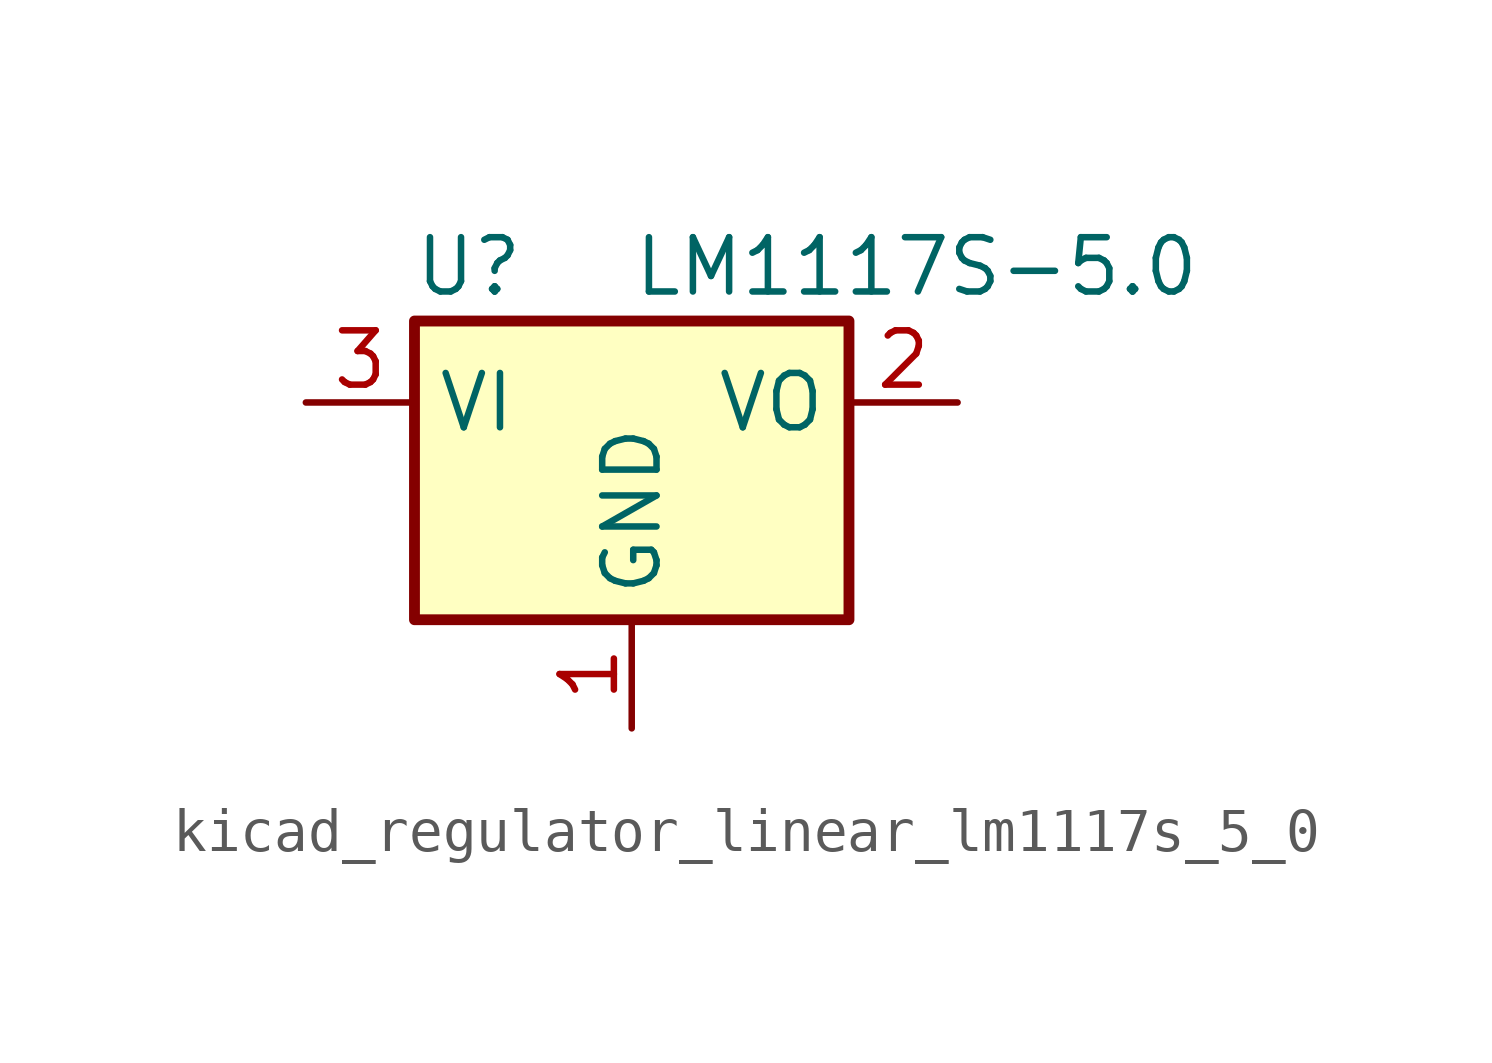
<source format=kicad_sym>
(kicad_symbol_lib
  (version 20220914)
  (generator kicad_symbol_editor)
  (symbol "kicad_regulator_linear_lm1117s_5_0"
    (property "Reference" "U"
      (at -3.81 3.175 0)
      (effects (font (size 1.27 1.27))))
    (property "Value" "LM1117S-5.0"
      (at 0 3.175 0)
      (effects (font (size 1.27 1.27)) (justify left)))
    (symbol "kicad_regulator_linear_lm1117s_5_0_0_1"
      (rectangle (start -5.08 -5.08) (end 5.08 1.905) (stroke (width 0.254) (type default)) (fill (type background))))
    (symbol "kicad_regulator_linear_lm1117s_5_0_1_1"
      (pin power_in line (at 0 -7.62 90) (length 2.54) (name "GND" (effects (font (size 1.27 1.27)))) (number "1" (effects (font (size 1.27 1.27)))))
      (pin power_out line (at 7.62 0 180) (length 2.54) (name "VO" (effects (font (size 1.27 1.27)))) (number "2" (effects (font (size 1.27 1.27)))))
      (pin power_in line (at -7.62 0 0) (length 2.54) (name "VI" (effects (font (size 1.27 1.27)))) (number "3" (effects (font (size 1.27 1.27))))))))
</source>
